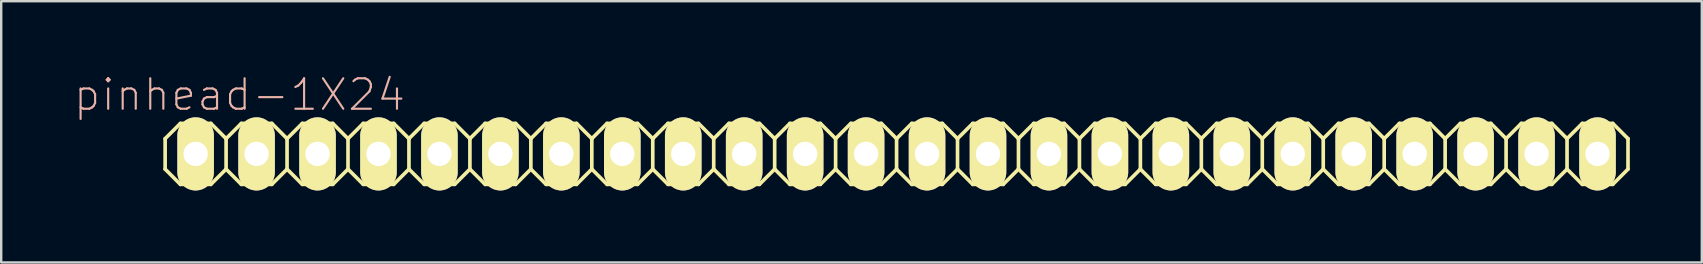
<source format=kicad_pcb>
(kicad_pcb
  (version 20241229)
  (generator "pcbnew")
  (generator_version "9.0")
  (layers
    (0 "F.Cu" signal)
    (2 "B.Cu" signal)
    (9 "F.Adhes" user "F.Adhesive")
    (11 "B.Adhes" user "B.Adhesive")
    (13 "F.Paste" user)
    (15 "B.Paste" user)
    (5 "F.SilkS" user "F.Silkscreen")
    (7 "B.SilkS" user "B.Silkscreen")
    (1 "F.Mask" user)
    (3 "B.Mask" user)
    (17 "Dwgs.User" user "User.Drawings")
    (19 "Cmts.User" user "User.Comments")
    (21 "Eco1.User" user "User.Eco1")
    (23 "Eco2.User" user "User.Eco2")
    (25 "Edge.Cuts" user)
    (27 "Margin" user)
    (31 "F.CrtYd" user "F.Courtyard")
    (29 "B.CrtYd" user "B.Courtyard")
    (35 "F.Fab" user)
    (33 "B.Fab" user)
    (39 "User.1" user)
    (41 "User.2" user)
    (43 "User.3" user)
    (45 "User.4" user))
  (footprint "pinhead-1X24"
    (layer "F.Cu")
    (at 34.312 3.363)
    (property "Reference" "pinhead-1X24" (at -27.381 -2.464 0) (layer "B.SilkS") (effects (font (size 1.27 1.27) (thickness 0.089))))
    (attr exclude_from_pos_files exclude_from_bom)
    (fp_line (start -30.48 -0.635) (end -30.48 0.635) (stroke (width 0.152) (type solid)) (layer "F.SilkS"))
    (fp_line (start -30.48 0.635) (end -29.845 1.27) (stroke (width 0.152) (type solid)) (layer "F.SilkS"))
    (fp_line (start -29.845 -1.27) (end -30.48 -0.635) (stroke (width 0.152) (type solid)) (layer "F.SilkS"))
    (fp_line (start -29.845 -1.27) (end -28.575 -1.27) (stroke (width 0.152) (type solid)) (layer "F.SilkS"))
    (fp_line (start -29.464 -0.254) (end -28.953 -0.254) (stroke (width 0.066) (type solid)) (layer "F.SilkS"))
    (fp_line (start -29.464 0.254) (end -29.464 -0.254) (stroke (width 0.066) (type solid)) (layer "F.SilkS"))
    (fp_line (start -29.464 0.254) (end -28.953 0.254) (stroke (width 0.066) (type solid)) (layer "F.SilkS"))
    (fp_line (start -28.953 0.254) (end -28.953 -0.254) (stroke (width 0.066) (type solid)) (layer "F.SilkS"))
    (fp_line (start -28.575 -1.27) (end -27.94 -0.635) (stroke (width 0.152) (type solid)) (layer "F.SilkS"))
    (fp_line (start -28.575 1.27) (end -29.845 1.27) (stroke (width 0.152) (type solid)) (layer "F.SilkS"))
    (fp_line (start -27.94 -0.635) (end -27.94 0.635) (stroke (width 0.152) (type solid)) (layer "F.SilkS"))
    (fp_line (start -27.94 -0.635) (end -27.305 -1.27) (stroke (width 0.152) (type solid)) (layer "F.SilkS"))
    (fp_line (start -27.94 0.635) (end -28.575 1.27) (stroke (width 0.152) (type solid)) (layer "F.SilkS"))
    (fp_line (start -27.305 -1.27) (end -26.035 -1.27) (stroke (width 0.152) (type solid)) (layer "F.SilkS"))
    (fp_line (start -27.305 1.27) (end -27.94 0.635) (stroke (width 0.152) (type solid)) (layer "F.SilkS"))
    (fp_line (start -26.924 -0.254) (end -26.416 -0.254) (stroke (width 0.066) (type solid)) (layer "F.SilkS"))
    (fp_line (start -26.924 0.254) (end -26.924 -0.254) (stroke (width 0.066) (type solid)) (layer "F.SilkS"))
    (fp_line (start -26.924 0.254) (end -26.416 0.254) (stroke (width 0.066) (type solid)) (layer "F.SilkS"))
    (fp_line (start -26.416 0.254) (end -26.416 -0.254) (stroke (width 0.066) (type solid)) (layer "F.SilkS"))
    (fp_line (start -26.035 -1.27) (end -25.4 -0.635) (stroke (width 0.152) (type solid)) (layer "F.SilkS"))
    (fp_line (start -26.035 1.27) (end -27.305 1.27) (stroke (width 0.152) (type solid)) (layer "F.SilkS"))
    (fp_line (start -25.4 -0.635) (end -25.4 0.635) (stroke (width 0.152) (type solid)) (layer "F.SilkS"))
    (fp_line (start -25.4 -0.635) (end -24.765 -1.27) (stroke (width 0.152) (type solid)) (layer "F.SilkS"))
    (fp_line (start -25.4 0.635) (end -26.035 1.27) (stroke (width 0.152) (type solid)) (layer "F.SilkS"))
    (fp_line (start -24.765 -1.27) (end -23.495 -1.27) (stroke (width 0.152) (type solid)) (layer "F.SilkS"))
    (fp_line (start -24.765 1.27) (end -25.4 0.635) (stroke (width 0.152) (type solid)) (layer "F.SilkS"))
    (fp_line (start -24.384 -0.254) (end -23.876 -0.254) (stroke (width 0.066) (type solid)) (layer "F.SilkS"))
    (fp_line (start -24.384 0.254) (end -24.384 -0.254) (stroke (width 0.066) (type solid)) (layer "F.SilkS"))
    (fp_line (start -24.384 0.254) (end -23.876 0.254) (stroke (width 0.066) (type solid)) (layer "F.SilkS"))
    (fp_line (start -23.876 0.254) (end -23.876 -0.254) (stroke (width 0.066) (type solid)) (layer "F.SilkS"))
    (fp_line (start -23.495 -1.27) (end -22.86 -0.635) (stroke (width 0.152) (type solid)) (layer "F.SilkS"))
    (fp_line (start -23.495 1.27) (end -24.765 1.27) (stroke (width 0.152) (type solid)) (layer "F.SilkS"))
    (fp_line (start -22.86 -0.635) (end -22.86 0.635) (stroke (width 0.152) (type solid)) (layer "F.SilkS"))
    (fp_line (start -22.86 0.635) (end -23.495 1.27) (stroke (width 0.152) (type solid)) (layer "F.SilkS"))
    (fp_line (start -22.86 0.635) (end -22.225 1.27) (stroke (width 0.152) (type solid)) (layer "F.SilkS"))
    (fp_line (start -22.225 -1.27) (end -22.86 -0.635) (stroke (width 0.152) (type solid)) (layer "F.SilkS"))
    (fp_line (start -22.225 -1.27) (end -20.955 -1.27) (stroke (width 0.152) (type solid)) (layer "F.SilkS"))
    (fp_line (start -21.844 -0.254) (end -21.336 -0.254) (stroke (width 0.066) (type solid)) (layer "F.SilkS"))
    (fp_line (start -21.844 0.254) (end -21.844 -0.254) (stroke (width 0.066) (type solid)) (layer "F.SilkS"))
    (fp_line (start -21.844 0.254) (end -21.336 0.254) (stroke (width 0.066) (type solid)) (layer "F.SilkS"))
    (fp_line (start -21.336 0.254) (end -21.336 -0.254) (stroke (width 0.066) (type solid)) (layer "F.SilkS"))
    (fp_line (start -20.955 -1.27) (end -20.32 -0.635) (stroke (width 0.152) (type solid)) (layer "F.SilkS"))
    (fp_line (start -20.955 1.27) (end -22.225 1.27) (stroke (width 0.152) (type solid)) (layer "F.SilkS"))
    (fp_line (start -20.32 -0.635) (end -20.32 0.635) (stroke (width 0.152) (type solid)) (layer "F.SilkS"))
    (fp_line (start -20.32 -0.635) (end -19.685 -1.27) (stroke (width 0.152) (type solid)) (layer "F.SilkS"))
    (fp_line (start -20.32 0.635) (end -20.955 1.27) (stroke (width 0.152) (type solid)) (layer "F.SilkS"))
    (fp_line (start -19.685 -1.27) (end -18.415 -1.27) (stroke (width 0.152) (type solid)) (layer "F.SilkS"))
    (fp_line (start -19.685 1.27) (end -20.32 0.635) (stroke (width 0.152) (type solid)) (layer "F.SilkS"))
    (fp_line (start -19.304 -0.254) (end -18.796 -0.254) (stroke (width 0.066) (type solid)) (layer "F.SilkS"))
    (fp_line (start -19.304 0.254) (end -19.304 -0.254) (stroke (width 0.066) (type solid)) (layer "F.SilkS"))
    (fp_line (start -19.304 0.254) (end -18.796 0.254) (stroke (width 0.066) (type solid)) (layer "F.SilkS"))
    (fp_line (start -18.796 0.254) (end -18.796 -0.254) (stroke (width 0.066) (type solid)) (layer "F.SilkS"))
    (fp_line (start -18.415 -1.27) (end -17.78 -0.635) (stroke (width 0.152) (type solid)) (layer "F.SilkS"))
    (fp_line (start -18.415 1.27) (end -19.685 1.27) (stroke (width 0.152) (type solid)) (layer "F.SilkS"))
    (fp_line (start -17.78 -0.635) (end -17.78 0.635) (stroke (width 0.152) (type solid)) (layer "F.SilkS"))
    (fp_line (start -17.78 -0.635) (end -17.145 -1.27) (stroke (width 0.152) (type solid)) (layer "F.SilkS"))
    (fp_line (start -17.78 0.635) (end -18.415 1.27) (stroke (width 0.152) (type solid)) (layer "F.SilkS"))
    (fp_line (start -17.145 -1.27) (end -15.875 -1.27) (stroke (width 0.152) (type solid)) (layer "F.SilkS"))
    (fp_line (start -17.145 1.27) (end -17.78 0.635) (stroke (width 0.152) (type solid)) (layer "F.SilkS"))
    (fp_line (start -16.764 -0.254) (end -16.256 -0.254) (stroke (width 0.066) (type solid)) (layer "F.SilkS"))
    (fp_line (start -16.764 0.254) (end -16.764 -0.254) (stroke (width 0.066) (type solid)) (layer "F.SilkS"))
    (fp_line (start -16.764 0.254) (end -16.256 0.254) (stroke (width 0.066) (type solid)) (layer "F.SilkS"))
    (fp_line (start -16.256 0.254) (end -16.256 -0.254) (stroke (width 0.066) (type solid)) (layer "F.SilkS"))
    (fp_line (start -15.875 -1.27) (end -15.24 -0.635) (stroke (width 0.152) (type solid)) (layer "F.SilkS"))
    (fp_line (start -15.875 1.27) (end -17.145 1.27) (stroke (width 0.152) (type solid)) (layer "F.SilkS"))
    (fp_line (start -15.24 -0.635) (end -15.24 0.635) (stroke (width 0.152) (type solid)) (layer "F.SilkS"))
    (fp_line (start -15.24 0.635) (end -15.875 1.27) (stroke (width 0.152) (type solid)) (layer "F.SilkS"))
    (fp_line (start -15.24 0.635) (end -14.605 1.27) (stroke (width 0.152) (type solid)) (layer "F.SilkS"))
    (fp_line (start -14.605 -1.27) (end -15.24 -0.635) (stroke (width 0.152) (type solid)) (layer "F.SilkS"))
    (fp_line (start -14.605 -1.27) (end -13.335 -1.27) (stroke (width 0.152) (type solid)) (layer "F.SilkS"))
    (fp_line (start -14.224 -0.254) (end -13.716 -0.254) (stroke (width 0.066) (type solid)) (layer "F.SilkS"))
    (fp_line (start -14.224 0.254) (end -14.224 -0.254) (stroke (width 0.066) (type solid)) (layer "F.SilkS"))
    (fp_line (start -14.224 0.254) (end -13.716 0.254) (stroke (width 0.066) (type solid)) (layer "F.SilkS"))
    (fp_line (start -13.716 0.254) (end -13.716 -0.254) (stroke (width 0.066) (type solid)) (layer "F.SilkS"))
    (fp_line (start -13.335 -1.27) (end -12.7 -0.635) (stroke (width 0.152) (type solid)) (layer "F.SilkS"))
    (fp_line (start -13.335 1.27) (end -14.605 1.27) (stroke (width 0.152) (type solid)) (layer "F.SilkS"))
    (fp_line (start -12.7 -0.635) (end -12.7 0.635) (stroke (width 0.152) (type solid)) (layer "F.SilkS"))
    (fp_line (start -12.7 -0.635) (end -12.065 -1.27) (stroke (width 0.152) (type solid)) (layer "F.SilkS"))
    (fp_line (start -12.7 0.635) (end -13.335 1.27) (stroke (width 0.152) (type solid)) (layer "F.SilkS"))
    (fp_line (start -12.065 -1.27) (end -10.795 -1.27) (stroke (width 0.152) (type solid)) (layer "F.SilkS"))
    (fp_line (start -12.065 1.27) (end -12.7 0.635) (stroke (width 0.152) (type solid)) (layer "F.SilkS"))
    (fp_line (start -11.684 -0.254) (end -11.176 -0.254) (stroke (width 0.066) (type solid)) (layer "F.SilkS"))
    (fp_line (start -11.684 0.254) (end -11.684 -0.254) (stroke (width 0.066) (type solid)) (layer "F.SilkS"))
    (fp_line (start -11.684 0.254) (end -11.176 0.254) (stroke (width 0.066) (type solid)) (layer "F.SilkS"))
    (fp_line (start -11.176 0.254) (end -11.176 -0.254) (stroke (width 0.066) (type solid)) (layer "F.SilkS"))
    (fp_line (start -10.795 -1.27) (end -10.16 -0.635) (stroke (width 0.152) (type solid)) (layer "F.SilkS"))
    (fp_line (start -10.795 1.27) (end -12.065 1.27) (stroke (width 0.152) (type solid)) (layer "F.SilkS"))
    (fp_line (start -10.16 -0.635) (end -10.16 0.635) (stroke (width 0.152) (type solid)) (layer "F.SilkS"))
    (fp_line (start -10.16 -0.635) (end -9.525 -1.27) (stroke (width 0.152) (type solid)) (layer "F.SilkS"))
    (fp_line (start -10.16 0.635) (end -10.795 1.27) (stroke (width 0.152) (type solid)) (layer "F.SilkS"))
    (fp_line (start -9.525 -1.27) (end -8.255 -1.27) (stroke (width 0.152) (type solid)) (layer "F.SilkS"))
    (fp_line (start -9.525 1.27) (end -10.16 0.635) (stroke (width 0.152) (type solid)) (layer "F.SilkS"))
    (fp_line (start -9.144 -0.254) (end -8.636 -0.254) (stroke (width 0.066) (type solid)) (layer "F.SilkS"))
    (fp_line (start -9.144 0.254) (end -9.144 -0.254) (stroke (width 0.066) (type solid)) (layer "F.SilkS"))
    (fp_line (start -9.144 0.254) (end -8.636 0.254) (stroke (width 0.066) (type solid)) (layer "F.SilkS"))
    (fp_line (start -8.636 0.254) (end -8.636 -0.254) (stroke (width 0.066) (type solid)) (layer "F.SilkS"))
    (fp_line (start -8.255 -1.27) (end -7.62 -0.635) (stroke (width 0.152) (type solid)) (layer "F.SilkS"))
    (fp_line (start -8.255 1.27) (end -9.525 1.27) (stroke (width 0.152) (type solid)) (layer "F.SilkS"))
    (fp_line (start -7.62 -0.635) (end -7.62 0.635) (stroke (width 0.152) (type solid)) (layer "F.SilkS"))
    (fp_line (start -7.62 0.635) (end -8.255 1.27) (stroke (width 0.152) (type solid)) (layer "F.SilkS"))
    (fp_line (start -7.62 0.635) (end -6.985 1.27) (stroke (width 0.152) (type solid)) (layer "F.SilkS"))
    (fp_line (start -6.985 -1.27) (end -7.62 -0.635) (stroke (width 0.152) (type solid)) (layer "F.SilkS"))
    (fp_line (start -6.985 -1.27) (end -5.715 -1.27) (stroke (width 0.152) (type solid)) (layer "F.SilkS"))
    (fp_line (start -6.604 -0.254) (end -6.096 -0.254) (stroke (width 0.066) (type solid)) (layer "F.SilkS"))
    (fp_line (start -6.604 0.254) (end -6.604 -0.254) (stroke (width 0.066) (type solid)) (layer "F.SilkS"))
    (fp_line (start -6.604 0.254) (end -6.096 0.254) (stroke (width 0.066) (type solid)) (layer "F.SilkS"))
    (fp_line (start -6.096 0.254) (end -6.096 -0.254) (stroke (width 0.066) (type solid)) (layer "F.SilkS"))
    (fp_line (start -5.715 -1.27) (end -5.08 -0.635) (stroke (width 0.152) (type solid)) (layer "F.SilkS"))
    (fp_line (start -5.715 1.27) (end -6.985 1.27) (stroke (width 0.152) (type solid)) (layer "F.SilkS"))
    (fp_line (start -5.08 -0.635) (end -5.08 0.635) (stroke (width 0.152) (type solid)) (layer "F.SilkS"))
    (fp_line (start -5.08 -0.635) (end -4.445 -1.27) (stroke (width 0.152) (type solid)) (layer "F.SilkS"))
    (fp_line (start -5.08 0.635) (end -5.715 1.27) (stroke (width 0.152) (type solid)) (layer "F.SilkS"))
    (fp_line (start -4.445 -1.27) (end -3.175 -1.27) (stroke (width 0.152) (type solid)) (layer "F.SilkS"))
    (fp_line (start -4.445 1.27) (end -5.08 0.635) (stroke (width 0.152) (type solid)) (layer "F.SilkS"))
    (fp_line (start -4.064 -0.254) (end -3.556 -0.254) (stroke (width 0.066) (type solid)) (layer "F.SilkS"))
    (fp_line (start -4.064 0.254) (end -4.064 -0.254) (stroke (width 0.066) (type solid)) (layer "F.SilkS"))
    (fp_line (start -4.064 0.254) (end -3.556 0.254) (stroke (width 0.066) (type solid)) (layer "F.SilkS"))
    (fp_line (start -3.556 0.254) (end -3.556 -0.254) (stroke (width 0.066) (type solid)) (layer "F.SilkS"))
    (fp_line (start -3.175 -1.27) (end -2.54 -0.635) (stroke (width 0.152) (type solid)) (layer "F.SilkS"))
    (fp_line (start -3.175 1.27) (end -4.445 1.27) (stroke (width 0.152) (type solid)) (layer "F.SilkS"))
    (fp_line (start -2.54 -0.635) (end -2.54 0.635) (stroke (width 0.152) (type solid)) (layer "F.SilkS"))
    (fp_line (start -2.54 -0.635) (end -1.905 -1.27) (stroke (width 0.152) (type solid)) (layer "F.SilkS"))
    (fp_line (start -2.54 0.635) (end -3.175 1.27) (stroke (width 0.152) (type solid)) (layer "F.SilkS"))
    (fp_line (start -1.905 -1.27) (end -0.635 -1.27) (stroke (width 0.152) (type solid)) (layer "F.SilkS"))
    (fp_line (start -1.905 1.27) (end -2.54 0.635) (stroke (width 0.152) (type solid)) (layer "F.SilkS"))
    (fp_line (start -1.524 -0.254) (end -1.016 -0.254) (stroke (width 0.066) (type solid)) (layer "F.SilkS"))
    (fp_line (start -1.524 0.254) (end -1.524 -0.254) (stroke (width 0.066) (type solid)) (layer "F.SilkS"))
    (fp_line (start -1.524 0.254) (end -1.016 0.254) (stroke (width 0.066) (type solid)) (layer "F.SilkS"))
    (fp_line (start -1.016 0.254) (end -1.016 -0.254) (stroke (width 0.066) (type solid)) (layer "F.SilkS"))
    (fp_line (start -0.635 -1.27) (end 0 -0.635) (stroke (width 0.152) (type solid)) (layer "F.SilkS"))
    (fp_line (start -0.635 1.27) (end -1.905 1.27) (stroke (width 0.152) (type solid)) (layer "F.SilkS"))
    (fp_line (start 0 -0.635) (end 0 0.635) (stroke (width 0.152) (type solid)) (layer "F.SilkS"))
    (fp_line (start 0 0.635) (end -0.635 1.27) (stroke (width 0.152) (type solid)) (layer "F.SilkS"))
    (fp_line (start 0 0.635) (end 0.635 1.27) (stroke (width 0.152) (type solid)) (layer "F.SilkS"))
    (fp_line (start 0.635 -1.27) (end 0 -0.635) (stroke (width 0.152) (type solid)) (layer "F.SilkS"))
    (fp_line (start 0.635 -1.27) (end 1.905 -1.27) (stroke (width 0.152) (type solid)) (layer "F.SilkS"))
    (fp_line (start 1.016 -0.254) (end 1.524 -0.254) (stroke (width 0.066) (type solid)) (layer "F.SilkS"))
    (fp_line (start 1.016 0.254) (end 1.016 -0.254) (stroke (width 0.066) (type solid)) (layer "F.SilkS"))
    (fp_line (start 1.016 0.254) (end 1.524 0.254) (stroke (width 0.066) (type solid)) (layer "F.SilkS"))
    (fp_line (start 1.524 0.254) (end 1.524 -0.254) (stroke (width 0.066) (type solid)) (layer "F.SilkS"))
    (fp_line (start 1.905 -1.27) (end 2.54 -0.635) (stroke (width 0.152) (type solid)) (layer "F.SilkS"))
    (fp_line (start 1.905 1.27) (end 0.635 1.27) (stroke (width 0.152) (type solid)) (layer "F.SilkS"))
    (fp_line (start 2.54 -0.635) (end 2.54 0.635) (stroke (width 0.152) (type solid)) (layer "F.SilkS"))
    (fp_line (start 2.54 -0.635) (end 3.175 -1.27) (stroke (width 0.152) (type solid)) (layer "F.SilkS"))
    (fp_line (start 2.54 0.635) (end 1.905 1.27) (stroke (width 0.152) (type solid)) (layer "F.SilkS"))
    (fp_line (start 3.175 -1.27) (end 4.445 -1.27) (stroke (width 0.152) (type solid)) (layer "F.SilkS"))
    (fp_line (start 3.175 1.27) (end 2.54 0.635) (stroke (width 0.152) (type solid)) (layer "F.SilkS"))
    (fp_line (start 3.556 -0.254) (end 4.064 -0.254) (stroke (width 0.066) (type solid)) (layer "F.SilkS"))
    (fp_line (start 3.556 0.254) (end 3.556 -0.254) (stroke (width 0.066) (type solid)) (layer "F.SilkS"))
    (fp_line (start 3.556 0.254) (end 4.064 0.254) (stroke (width 0.066) (type solid)) (layer "F.SilkS"))
    (fp_line (start 4.064 0.254) (end 4.064 -0.254) (stroke (width 0.066) (type solid)) (layer "F.SilkS"))
    (fp_line (start 4.445 -1.27) (end 5.08 -0.635) (stroke (width 0.152) (type solid)) (layer "F.SilkS"))
    (fp_line (start 4.445 1.27) (end 3.175 1.27) (stroke (width 0.152) (type solid)) (layer "F.SilkS"))
    (fp_line (start 5.08 -0.635) (end 5.08 0.635) (stroke (width 0.152) (type solid)) (layer "F.SilkS"))
    (fp_line (start 5.08 -0.635) (end 5.715 -1.27) (stroke (width 0.152) (type solid)) (layer "F.SilkS"))
    (fp_line (start 5.08 0.635) (end 4.445 1.27) (stroke (width 0.152) (type solid)) (layer "F.SilkS"))
    (fp_line (start 5.715 -1.27) (end 6.985 -1.27) (stroke (width 0.152) (type solid)) (layer "F.SilkS"))
    (fp_line (start 5.715 1.27) (end 5.08 0.635) (stroke (width 0.152) (type solid)) (layer "F.SilkS"))
    (fp_line (start 6.096 -0.254) (end 6.604 -0.254) (stroke (width 0.066) (type solid)) (layer "F.SilkS"))
    (fp_line (start 6.096 0.254) (end 6.096 -0.254) (stroke (width 0.066) (type solid)) (layer "F.SilkS"))
    (fp_line (start 6.096 0.254) (end 6.604 0.254) (stroke (width 0.066) (type solid)) (layer "F.SilkS"))
    (fp_line (start 6.604 0.254) (end 6.604 -0.254) (stroke (width 0.066) (type solid)) (layer "F.SilkS"))
    (fp_line (start 6.985 -1.27) (end 7.62 -0.635) (stroke (width 0.152) (type solid)) (layer "F.SilkS"))
    (fp_line (start 6.985 1.27) (end 5.715 1.27) (stroke (width 0.152) (type solid)) (layer "F.SilkS"))
    (fp_line (start 7.62 -0.635) (end 7.62 0.635) (stroke (width 0.152) (type solid)) (layer "F.SilkS"))
    (fp_line (start 7.62 0.635) (end 6.985 1.27) (stroke (width 0.152) (type solid)) (layer "F.SilkS"))
    (fp_line (start 7.62 0.635) (end 8.255 1.27) (stroke (width 0.152) (type solid)) (layer "F.SilkS"))
    (fp_line (start 8.255 -1.27) (end 7.62 -0.635) (stroke (width 0.152) (type solid)) (layer "F.SilkS"))
    (fp_line (start 8.255 -1.27) (end 9.525 -1.27) (stroke (width 0.152) (type solid)) (layer "F.SilkS"))
    (fp_line (start 8.636 -0.254) (end 9.144 -0.254) (stroke (width 0.066) (type solid)) (layer "F.SilkS"))
    (fp_line (start 8.636 0.254) (end 8.636 -0.254) (stroke (width 0.066) (type solid)) (layer "F.SilkS"))
    (fp_line (start 8.636 0.254) (end 9.144 0.254) (stroke (width 0.066) (type solid)) (layer "F.SilkS"))
    (fp_line (start 9.144 0.254) (end 9.144 -0.254) (stroke (width 0.066) (type solid)) (layer "F.SilkS"))
    (fp_line (start 9.525 -1.27) (end 10.16 -0.635) (stroke (width 0.152) (type solid)) (layer "F.SilkS"))
    (fp_line (start 9.525 1.27) (end 8.255 1.27) (stroke (width 0.152) (type solid)) (layer "F.SilkS"))
    (fp_line (start 10.16 -0.635) (end 10.16 0.635) (stroke (width 0.152) (type solid)) (layer "F.SilkS"))
    (fp_line (start 10.16 -0.635) (end 10.795 -1.27) (stroke (width 0.152) (type solid)) (layer "F.SilkS"))
    (fp_line (start 10.16 0.635) (end 9.525 1.27) (stroke (width 0.152) (type solid)) (layer "F.SilkS"))
    (fp_line (start 10.795 -1.27) (end 12.065 -1.27) (stroke (width 0.152) (type solid)) (layer "F.SilkS"))
    (fp_line (start 10.795 1.27) (end 10.16 0.635) (stroke (width 0.152) (type solid)) (layer "F.SilkS"))
    (fp_line (start 11.176 -0.254) (end 11.684 -0.254) (stroke (width 0.066) (type solid)) (layer "F.SilkS"))
    (fp_line (start 11.176 0.254) (end 11.176 -0.254) (stroke (width 0.066) (type solid)) (layer "F.SilkS"))
    (fp_line (start 11.176 0.254) (end 11.684 0.254) (stroke (width 0.066) (type solid)) (layer "F.SilkS"))
    (fp_line (start 11.684 0.254) (end 11.684 -0.254) (stroke (width 0.066) (type solid)) (layer "F.SilkS"))
    (fp_line (start 12.065 -1.27) (end 12.7 -0.635) (stroke (width 0.152) (type solid)) (layer "F.SilkS"))
    (fp_line (start 12.065 1.27) (end 10.795 1.27) (stroke (width 0.152) (type solid)) (layer "F.SilkS"))
    (fp_line (start 12.7 -0.635) (end 12.7 0.635) (stroke (width 0.152) (type solid)) (layer "F.SilkS"))
    (fp_line (start 12.7 -0.635) (end 13.335 -1.27) (stroke (width 0.152) (type solid)) (layer "F.SilkS"))
    (fp_line (start 12.7 0.635) (end 12.065 1.27) (stroke (width 0.152) (type solid)) (layer "F.SilkS"))
    (fp_line (start 13.335 -1.27) (end 14.605 -1.27) (stroke (width 0.152) (type solid)) (layer "F.SilkS"))
    (fp_line (start 13.335 1.27) (end 12.7 0.635) (stroke (width 0.152) (type solid)) (layer "F.SilkS"))
    (fp_line (start 13.716 -0.254) (end 14.224 -0.254) (stroke (width 0.066) (type solid)) (layer "F.SilkS"))
    (fp_line (start 13.716 0.254) (end 13.716 -0.254) (stroke (width 0.066) (type solid)) (layer "F.SilkS"))
    (fp_line (start 13.716 0.254) (end 14.224 0.254) (stroke (width 0.066) (type solid)) (layer "F.SilkS"))
    (fp_line (start 14.224 0.254) (end 14.224 -0.254) (stroke (width 0.066) (type solid)) (layer "F.SilkS"))
    (fp_line (start 14.605 -1.27) (end 15.24 -0.635) (stroke (width 0.152) (type solid)) (layer "F.SilkS"))
    (fp_line (start 14.605 1.27) (end 13.335 1.27) (stroke (width 0.152) (type solid)) (layer "F.SilkS"))
    (fp_line (start 15.24 -0.635) (end 15.24 0.635) (stroke (width 0.152) (type solid)) (layer "F.SilkS"))
    (fp_line (start 15.24 0.635) (end 14.605 1.27) (stroke (width 0.152) (type solid)) (layer "F.SilkS"))
    (fp_line (start 15.24 0.635) (end 15.875 1.27) (stroke (width 0.152) (type solid)) (layer "F.SilkS"))
    (fp_line (start 15.875 -1.27) (end 15.24 -0.635) (stroke (width 0.152) (type solid)) (layer "F.SilkS"))
    (fp_line (start 15.875 -1.27) (end 17.145 -1.27) (stroke (width 0.152) (type solid)) (layer "F.SilkS"))
    (fp_line (start 16.256 -0.254) (end 16.764 -0.254) (stroke (width 0.066) (type solid)) (layer "F.SilkS"))
    (fp_line (start 16.256 0.254) (end 16.256 -0.254) (stroke (width 0.066) (type solid)) (layer "F.SilkS"))
    (fp_line (start 16.256 0.254) (end 16.764 0.254) (stroke (width 0.066) (type solid)) (layer "F.SilkS"))
    (fp_line (start 16.764 0.254) (end 16.764 -0.254) (stroke (width 0.066) (type solid)) (layer "F.SilkS"))
    (fp_line (start 17.145 -1.27) (end 17.78 -0.635) (stroke (width 0.152) (type solid)) (layer "F.SilkS"))
    (fp_line (start 17.145 1.27) (end 15.875 1.27) (stroke (width 0.152) (type solid)) (layer "F.SilkS"))
    (fp_line (start 17.78 -0.635) (end 17.78 0.635) (stroke (width 0.152) (type solid)) (layer "F.SilkS"))
    (fp_line (start 17.78 0.635) (end 17.145 1.27) (stroke (width 0.152) (type solid)) (layer "F.SilkS"))
    (fp_line (start 17.78 0.635) (end 18.415 1.27) (stroke (width 0.152) (type solid)) (layer "F.SilkS"))
    (fp_line (start 18.415 -1.27) (end 17.78 -0.635) (stroke (width 0.152) (type solid)) (layer "F.SilkS"))
    (fp_line (start 18.415 -1.27) (end 19.685 -1.27) (stroke (width 0.152) (type solid)) (layer "F.SilkS"))
    (fp_line (start 18.796 -0.254) (end 19.304 -0.254) (stroke (width 0.066) (type solid)) (layer "F.SilkS"))
    (fp_line (start 18.796 0.254) (end 18.796 -0.254) (stroke (width 0.066) (type solid)) (layer "F.SilkS"))
    (fp_line (start 18.796 0.254) (end 19.304 0.254) (stroke (width 0.066) (type solid)) (layer "F.SilkS"))
    (fp_line (start 19.304 0.254) (end 19.304 -0.254) (stroke (width 0.066) (type solid)) (layer "F.SilkS"))
    (fp_line (start 19.685 -1.27) (end 20.32 -0.635) (stroke (width 0.152) (type solid)) (layer "F.SilkS"))
    (fp_line (start 19.685 1.27) (end 18.415 1.27) (stroke (width 0.152) (type solid)) (layer "F.SilkS"))
    (fp_line (start 20.32 -0.635) (end 20.32 0.635) (stroke (width 0.152) (type solid)) (layer "F.SilkS"))
    (fp_line (start 20.32 0.635) (end 19.685 1.27) (stroke (width 0.152) (type solid)) (layer "F.SilkS"))
    (fp_line (start 20.32 0.635) (end 20.955 1.27) (stroke (width 0.152) (type solid)) (layer "F.SilkS"))
    (fp_line (start 20.955 -1.27) (end 20.32 -0.635) (stroke (width 0.152) (type solid)) (layer "F.SilkS"))
    (fp_line (start 20.955 -1.27) (end 22.225 -1.27) (stroke (width 0.152) (type solid)) (layer "F.SilkS"))
    (fp_line (start 21.336 -0.254) (end 21.844 -0.254) (stroke (width 0.066) (type solid)) (layer "F.SilkS"))
    (fp_line (start 21.336 0.254) (end 21.336 -0.254) (stroke (width 0.066) (type solid)) (layer "F.SilkS"))
    (fp_line (start 21.336 0.254) (end 21.844 0.254) (stroke (width 0.066) (type solid)) (layer "F.SilkS"))
    (fp_line (start 21.844 0.254) (end 21.844 -0.254) (stroke (width 0.066) (type solid)) (layer "F.SilkS"))
    (fp_line (start 22.225 -1.27) (end 22.86 -0.635) (stroke (width 0.152) (type solid)) (layer "F.SilkS"))
    (fp_line (start 22.225 1.27) (end 20.955 1.27) (stroke (width 0.152) (type solid)) (layer "F.SilkS"))
    (fp_line (start 22.86 -0.635) (end 22.86 0.635) (stroke (width 0.152) (type solid)) (layer "F.SilkS"))
    (fp_line (start 22.86 0.635) (end 22.225 1.27) (stroke (width 0.152) (type solid)) (layer "F.SilkS"))
    (fp_line (start 22.86 0.635) (end 23.495 1.27) (stroke (width 0.152) (type solid)) (layer "F.SilkS"))
    (fp_line (start 23.495 -1.27) (end 22.86 -0.635) (stroke (width 0.152) (type solid)) (layer "F.SilkS"))
    (fp_line (start 23.495 -1.27) (end 24.765 -1.27) (stroke (width 0.152) (type solid)) (layer "F.SilkS"))
    (fp_line (start 23.876 -0.254) (end 24.384 -0.254) (stroke (width 0.066) (type solid)) (layer "F.SilkS"))
    (fp_line (start 23.876 0.254) (end 23.876 -0.254) (stroke (width 0.066) (type solid)) (layer "F.SilkS"))
    (fp_line (start 23.876 0.254) (end 24.384 0.254) (stroke (width 0.066) (type solid)) (layer "F.SilkS"))
    (fp_line (start 24.384 0.254) (end 24.384 -0.254) (stroke (width 0.066) (type solid)) (layer "F.SilkS"))
    (fp_line (start 24.765 -1.27) (end 25.4 -0.635) (stroke (width 0.152) (type solid)) (layer "F.SilkS"))
    (fp_line (start 24.765 1.27) (end 23.495 1.27) (stroke (width 0.152) (type solid)) (layer "F.SilkS"))
    (fp_line (start 25.4 -0.635) (end 25.4 0.635) (stroke (width 0.152) (type solid)) (layer "F.SilkS"))
    (fp_line (start 25.4 0.635) (end 24.765 1.27) (stroke (width 0.152) (type solid)) (layer "F.SilkS"))
    (fp_line (start 25.4 0.635) (end 26.035 1.27) (stroke (width 0.152) (type solid)) (layer "F.SilkS"))
    (fp_line (start 26.035 -1.27) (end 25.4 -0.635) (stroke (width 0.152) (type solid)) (layer "F.SilkS"))
    (fp_line (start 26.035 -1.27) (end 27.305 -1.27) (stroke (width 0.152) (type solid)) (layer "F.SilkS"))
    (fp_line (start 26.416 -0.254) (end 26.924 -0.254) (stroke (width 0.066) (type solid)) (layer "F.SilkS"))
    (fp_line (start 26.416 0.254) (end 26.416 -0.254) (stroke (width 0.066) (type solid)) (layer "F.SilkS"))
    (fp_line (start 26.416 0.254) (end 26.924 0.254) (stroke (width 0.066) (type solid)) (layer "F.SilkS"))
    (fp_line (start 26.924 0.254) (end 26.924 -0.254) (stroke (width 0.066) (type solid)) (layer "F.SilkS"))
    (fp_line (start 27.305 -1.27) (end 27.94 -0.635) (stroke (width 0.152) (type solid)) (layer "F.SilkS"))
    (fp_line (start 27.305 1.27) (end 26.035 1.27) (stroke (width 0.152) (type solid)) (layer "F.SilkS"))
    (fp_line (start 27.94 -0.635) (end 27.94 0.635) (stroke (width 0.152) (type solid)) (layer "F.SilkS"))
    (fp_line (start 27.94 0.635) (end 27.305 1.27) (stroke (width 0.152) (type solid)) (layer "F.SilkS"))
    (fp_line (start 27.94 0.635) (end 28.575 1.27) (stroke (width 0.152) (type solid)) (layer "F.SilkS"))
    (fp_line (start 28.575 -1.27) (end 27.94 -0.635) (stroke (width 0.152) (type solid)) (layer "F.SilkS"))
    (fp_line (start 28.575 -1.27) (end 29.845 -1.27) (stroke (width 0.152) (type solid)) (layer "F.SilkS"))
    (fp_line (start 28.953 -0.254) (end 29.464 -0.254) (stroke (width 0.066) (type solid)) (layer "F.SilkS"))
    (fp_line (start 28.953 0.254) (end 28.953 -0.254) (stroke (width 0.066) (type solid)) (layer "F.SilkS"))
    (fp_line (start 28.953 0.254) (end 29.464 0.254) (stroke (width 0.066) (type solid)) (layer "F.SilkS"))
    (fp_line (start 29.464 0.254) (end 29.464 -0.254) (stroke (width 0.066) (type solid)) (layer "F.SilkS"))
    (fp_line (start 29.845 -1.27) (end 30.48 -0.635) (stroke (width 0.152) (type solid)) (layer "F.SilkS"))
    (fp_line (start 29.845 1.27) (end 28.575 1.27) (stroke (width 0.152) (type solid)) (layer "F.SilkS"))
    (fp_line (start 30.48 -0.635) (end 30.48 0.635) (stroke (width 0.152) (type solid)) (layer "F.SilkS"))
    (fp_line (start 30.48 0.635) (end 29.845 1.27) (stroke (width 0.152) (type solid)) (layer "F.SilkS"))
    (pad "1" thru_hole oval (at -29.21 0) (size 1.524 3.048) (drill 1.016) (layers "*.Cu" "F.Mask" "F.SilkS" "F.Paste"))
    (pad "2" thru_hole oval (at -26.67 0) (size 1.524 3.048) (drill 1.016) (layers "*.Cu" "F.Mask" "F.SilkS" "F.Paste"))
    (pad "3" thru_hole oval (at -24.13 0) (size 1.524 3.048) (drill 1.016) (layers "*.Cu" "F.Mask" "F.SilkS" "F.Paste"))
    (pad "4" thru_hole oval (at -21.59 0) (size 1.524 3.048) (drill 1.016) (layers "*.Cu" "F.Mask" "F.SilkS" "F.Paste"))
    (pad "5" thru_hole oval (at -19.05 0) (size 1.524 3.048) (drill 1.016) (layers "*.Cu" "F.Mask" "F.SilkS" "F.Paste"))
    (pad "6" thru_hole oval (at -16.51 0) (size 1.524 3.048) (drill 1.016) (layers "*.Cu" "F.Mask" "F.SilkS" "F.Paste"))
    (pad "7" thru_hole oval (at -13.97 0) (size 1.524 3.048) (drill 1.016) (layers "*.Cu" "F.Mask" "F.SilkS" "F.Paste"))
    (pad "8" thru_hole oval (at -11.43 0) (size 1.524 3.048) (drill 1.016) (layers "*.Cu" "F.Mask" "F.SilkS" "F.Paste"))
    (pad "9" thru_hole oval (at -8.89 0) (size 1.524 3.048) (drill 1.016) (layers "*.Cu" "F.Mask" "F.SilkS" "F.Paste"))
    (pad "10" thru_hole oval (at -6.35 0) (size 1.524 3.048) (drill 1.016) (layers "*.Cu" "F.Mask" "F.SilkS" "F.Paste"))
    (pad "11" thru_hole oval (at -3.81 0) (size 1.524 3.048) (drill 1.016) (layers "*.Cu" "F.Mask" "F.SilkS" "F.Paste"))
    (pad "12" thru_hole oval (at -1.27 0) (size 1.524 3.048) (drill 1.016) (layers "*.Cu" "F.Mask" "F.SilkS" "F.Paste"))
    (pad "13" thru_hole oval (at 1.27 0) (size 1.524 3.048) (drill 1.016) (layers "*.Cu" "F.Mask" "F.SilkS" "F.Paste"))
    (pad "14" thru_hole oval (at 3.81 0) (size 1.524 3.048) (drill 1.016) (layers "*.Cu" "F.Mask" "F.SilkS" "F.Paste"))
    (pad "15" thru_hole oval (at 6.35 0) (size 1.524 3.048) (drill 1.016) (layers "*.Cu" "F.Mask" "F.SilkS" "F.Paste"))
    (pad "16" thru_hole oval (at 8.89 0) (size 1.524 3.048) (drill 1.016) (layers "*.Cu" "F.Mask" "F.SilkS" "F.Paste"))
    (pad "17" thru_hole oval (at 11.43 0) (size 1.524 3.048) (drill 1.016) (layers "*.Cu" "F.Mask" "F.SilkS" "F.Paste"))
    (pad "18" thru_hole oval (at 13.97 0) (size 1.524 3.048) (drill 1.016) (layers "*.Cu" "F.Mask" "F.SilkS" "F.Paste"))
    (pad "19" thru_hole oval (at 16.51 0) (size 1.524 3.048) (drill 1.016) (layers "*.Cu" "F.Mask" "F.SilkS" "F.Paste"))
    (pad "20" thru_hole oval (at 19.05 0) (size 1.524 3.048) (drill 1.016) (layers "*.Cu" "F.Mask" "F.SilkS" "F.Paste"))
    (pad "21" thru_hole oval (at 21.59 0) (size 1.524 3.048) (drill 1.016) (layers "*.Cu" "F.Mask" "F.SilkS" "F.Paste"))
    (pad "22" thru_hole oval (at 24.13 0) (size 1.524 3.048) (drill 1.016) (layers "*.Cu" "F.Mask" "F.SilkS" "F.Paste"))
    (pad "23" thru_hole oval (at 26.67 0) (size 1.524 3.048) (drill 1.016) (layers "*.Cu" "F.Mask" "F.SilkS" "F.Paste"))
    (pad "24" thru_hole oval (at 29.21 0) (size 1.524 3.048) (drill 1.016) (layers "*.Cu" "F.Mask" "F.SilkS" "F.Paste")))
  (gr_rect
    (start -3 -3)
    (end 67.868 7.887)
    (stroke (width 0.1) (type default))
    (fill no)
    (layer "Edge.Cuts")))
</source>
